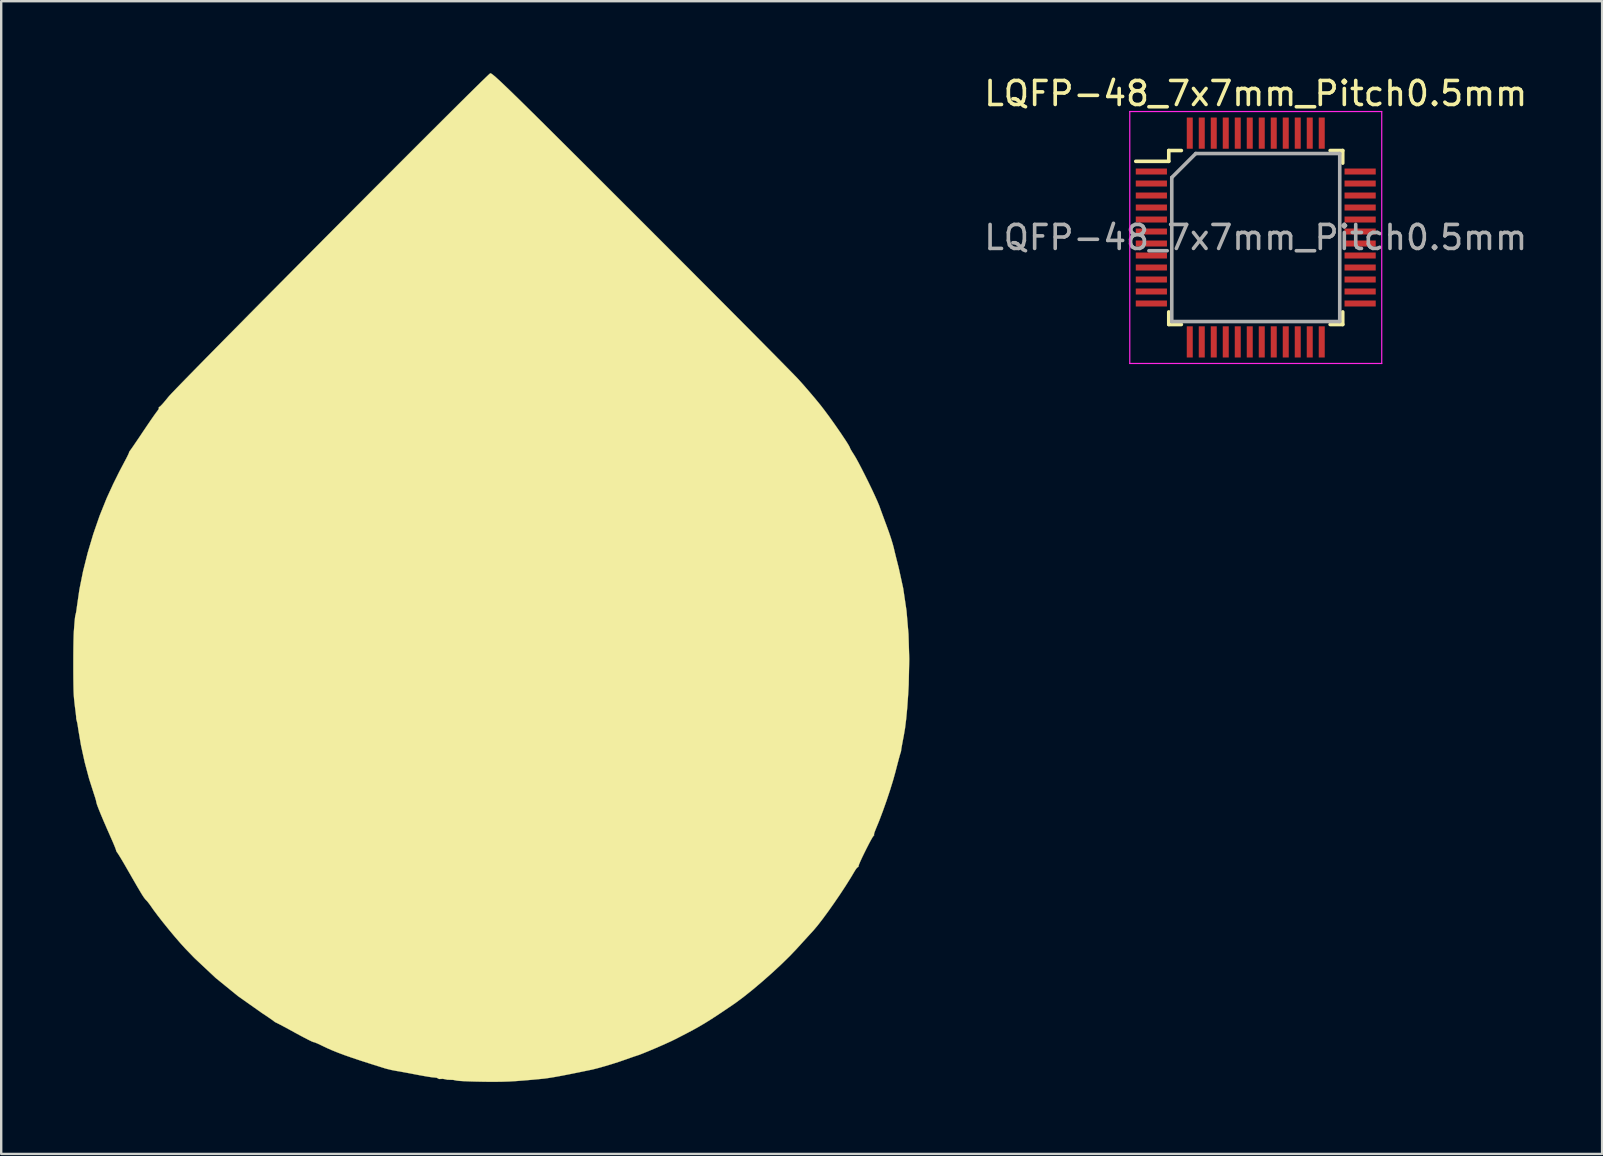
<source format=kicad_pcb>
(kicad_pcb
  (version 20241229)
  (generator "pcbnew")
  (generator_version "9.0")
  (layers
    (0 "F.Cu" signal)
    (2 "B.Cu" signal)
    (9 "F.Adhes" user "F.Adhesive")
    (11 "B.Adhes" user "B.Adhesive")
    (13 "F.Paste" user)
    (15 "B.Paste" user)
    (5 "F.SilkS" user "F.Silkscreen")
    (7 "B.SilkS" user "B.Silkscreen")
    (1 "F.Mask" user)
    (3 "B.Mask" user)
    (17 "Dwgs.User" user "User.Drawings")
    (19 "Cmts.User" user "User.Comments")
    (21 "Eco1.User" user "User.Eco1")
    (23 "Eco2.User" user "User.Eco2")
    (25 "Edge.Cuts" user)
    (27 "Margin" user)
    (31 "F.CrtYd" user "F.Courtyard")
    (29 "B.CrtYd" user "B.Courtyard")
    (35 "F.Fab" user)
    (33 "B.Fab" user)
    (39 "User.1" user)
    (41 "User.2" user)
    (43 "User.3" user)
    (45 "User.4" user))
  (footprint "LQFP-48_7x7mm_Pitch0.5mm"
    (layer "F.Cu")
    (at 49.281 6.848)
    (property "Reference" "LQFP-48_7x7mm_Pitch0.5mm" (at 0 -6 0) (layer "F.SilkS") (effects (font (size 1 1) (thickness 0.15))))
    (attr smd)
    (fp_line (start -3.625 -3.625) (end -3.625 -3.175) (stroke (width 0.15) (type solid)) (layer "F.SilkS"))
    (fp_line (start -3.625 -3.625) (end -3.1 -3.625) (stroke (width 0.15) (type solid)) (layer "F.SilkS"))
    (fp_line (start -3.625 -3.175) (end -5 -3.175) (stroke (width 0.15) (type solid)) (layer "F.SilkS"))
    (fp_line (start -3.625 3.625) (end -3.625 3.1) (stroke (width 0.15) (type solid)) (layer "F.SilkS"))
    (fp_line (start -3.625 3.625) (end -3.1 3.625) (stroke (width 0.15) (type solid)) (layer "F.SilkS"))
    (fp_line (start 3.625 -3.625) (end 3.1 -3.625) (stroke (width 0.15) (type solid)) (layer "F.SilkS"))
    (fp_line (start 3.625 -3.625) (end 3.625 -3.1) (stroke (width 0.15) (type solid)) (layer "F.SilkS"))
    (fp_line (start 3.625 3.625) (end 3.1 3.625) (stroke (width 0.15) (type solid)) (layer "F.SilkS"))
    (fp_line (start 3.625 3.625) (end 3.625 3.1) (stroke (width 0.15) (type solid)) (layer "F.SilkS"))
    (fp_line (start -5.25 -5.25) (end -5.25 5.25) (stroke (width 0.05) (type solid)) (layer "F.CrtYd"))
    (fp_line (start -5.25 -5.25) (end 5.25 -5.25) (stroke (width 0.05) (type solid)) (layer "F.CrtYd"))
    (fp_line (start -5.25 5.25) (end 5.25 5.25) (stroke (width 0.05) (type solid)) (layer "F.CrtYd"))
    (fp_line (start 5.25 -5.25) (end 5.25 5.25) (stroke (width 0.05) (type solid)) (layer "F.CrtYd"))
    (fp_line (start -3.5 -2.5) (end -2.5 -3.5) (stroke (width 0.15) (type solid)) (layer "F.Fab"))
    (fp_line (start -3.5 3.5) (end -3.5 -2.5) (stroke (width 0.15) (type solid)) (layer "F.Fab"))
    (fp_line (start -2.5 -3.5) (end 3.5 -3.5) (stroke (width 0.15) (type solid)) (layer "F.Fab"))
    (fp_line (start 3.5 -3.5) (end 3.5 3.5) (stroke (width 0.15) (type solid)) (layer "F.Fab"))
    (fp_line (start 3.5 3.5) (end -3.5 3.5) (stroke (width 0.15) (type solid)) (layer "F.Fab"))
    (fp_text user "${REFERENCE}" (at 0 0 0) (layer "F.Fab") (effects (font (size 1 1) (thickness 0.15))))
    (pad "1" smd rect (at -4.35 -2.75) (size 1.3 0.25) (layers "F.Cu" "F.Mask" "F.Paste"))
    (pad "2" smd rect (at -4.35 -2.25) (size 1.3 0.25) (layers "F.Cu" "F.Mask" "F.Paste"))
    (pad "3" smd rect (at -4.35 -1.75) (size 1.3 0.25) (layers "F.Cu" "F.Mask" "F.Paste"))
    (pad "4" smd rect (at -4.35 -1.25) (size 1.3 0.25) (layers "F.Cu" "F.Mask" "F.Paste"))
    (pad "5" smd rect (at -4.35 -0.75) (size 1.3 0.25) (layers "F.Cu" "F.Mask" "F.Paste"))
    (pad "6" smd rect (at -4.35 -0.25) (size 1.3 0.25) (layers "F.Cu" "F.Mask" "F.Paste"))
    (pad "7" smd rect (at -4.35 0.25) (size 1.3 0.25) (layers "F.Cu" "F.Mask" "F.Paste"))
    (pad "8" smd rect (at -4.35 0.75) (size 1.3 0.25) (layers "F.Cu" "F.Mask" "F.Paste"))
    (pad "9" smd rect (at -4.35 1.25) (size 1.3 0.25) (layers "F.Cu" "F.Mask" "F.Paste"))
    (pad "10" smd rect (at -4.35 1.75) (size 1.3 0.25) (layers "F.Cu" "F.Mask" "F.Paste"))
    (pad "11" smd rect (at -4.35 2.25) (size 1.3 0.25) (layers "F.Cu" "F.Mask" "F.Paste"))
    (pad "12" smd rect (at -4.35 2.75) (size 1.3 0.25) (layers "F.Cu" "F.Mask" "F.Paste"))
    (pad "13" smd rect (at -2.75 4.35 90) (size 1.3 0.25) (layers "F.Cu" "F.Mask" "F.Paste"))
    (pad "14" smd rect (at -2.25 4.35 90) (size 1.3 0.25) (layers "F.Cu" "F.Mask" "F.Paste"))
    (pad "15" smd rect (at -1.75 4.35 90) (size 1.3 0.25) (layers "F.Cu" "F.Mask" "F.Paste"))
    (pad "16" smd rect (at -1.25 4.35 90) (size 1.3 0.25) (layers "F.Cu" "F.Mask" "F.Paste"))
    (pad "17" smd rect (at -0.75 4.35 90) (size 1.3 0.25) (layers "F.Cu" "F.Mask" "F.Paste"))
    (pad "18" smd rect (at -0.25 4.35 90) (size 1.3 0.25) (layers "F.Cu" "F.Mask" "F.Paste"))
    (pad "19" smd rect (at 0.25 4.35 90) (size 1.3 0.25) (layers "F.Cu" "F.Mask" "F.Paste"))
    (pad "20" smd rect (at 0.75 4.35 90) (size 1.3 0.25) (layers "F.Cu" "F.Mask" "F.Paste"))
    (pad "21" smd rect (at 1.25 4.35 90) (size 1.3 0.25) (layers "F.Cu" "F.Mask" "F.Paste"))
    (pad "22" smd rect (at 1.75 4.35 90) (size 1.3 0.25) (layers "F.Cu" "F.Mask" "F.Paste"))
    (pad "23" smd rect (at 2.25 4.35 90) (size 1.3 0.25) (layers "F.Cu" "F.Mask" "F.Paste"))
    (pad "24" smd rect (at 2.75 4.35 90) (size 1.3 0.25) (layers "F.Cu" "F.Mask" "F.Paste"))
    (pad "25" smd rect (at 4.35 2.75) (size 1.3 0.25) (layers "F.Cu" "F.Mask" "F.Paste"))
    (pad "26" smd rect (at 4.35 2.25) (size 1.3 0.25) (layers "F.Cu" "F.Mask" "F.Paste"))
    (pad "27" smd rect (at 4.35 1.75) (size 1.3 0.25) (layers "F.Cu" "F.Mask" "F.Paste"))
    (pad "28" smd rect (at 4.35 1.25) (size 1.3 0.25) (layers "F.Cu" "F.Mask" "F.Paste"))
    (pad "29" smd rect (at 4.35 0.75) (size 1.3 0.25) (layers "F.Cu" "F.Mask" "F.Paste"))
    (pad "30" smd rect (at 4.35 0.25) (size 1.3 0.25) (layers "F.Cu" "F.Mask" "F.Paste"))
    (pad "31" smd rect (at 4.35 -0.25) (size 1.3 0.25) (layers "F.Cu" "F.Mask" "F.Paste"))
    (pad "32" smd rect (at 4.35 -0.75) (size 1.3 0.25) (layers "F.Cu" "F.Mask" "F.Paste"))
    (pad "33" smd rect (at 4.35 -1.25) (size 1.3 0.25) (layers "F.Cu" "F.Mask" "F.Paste"))
    (pad "34" smd rect (at 4.35 -1.75) (size 1.3 0.25) (layers "F.Cu" "F.Mask" "F.Paste"))
    (pad "35" smd rect (at 4.35 -2.25) (size 1.3 0.25) (layers "F.Cu" "F.Mask" "F.Paste"))
    (pad "36" smd rect (at 4.35 -2.75) (size 1.3 0.25) (layers "F.Cu" "F.Mask" "F.Paste"))
    (pad "37" smd rect (at 2.75 -4.35 90) (size 1.3 0.25) (layers "F.Cu" "F.Mask" "F.Paste"))
    (pad "38" smd rect (at 2.25 -4.35 90) (size 1.3 0.25) (layers "F.Cu" "F.Mask" "F.Paste"))
    (pad "39" smd rect (at 1.75 -4.35 90) (size 1.3 0.25) (layers "F.Cu" "F.Mask" "F.Paste"))
    (pad "40" smd rect (at 1.25 -4.35 90) (size 1.3 0.25) (layers "F.Cu" "F.Mask" "F.Paste"))
    (pad "41" smd rect (at 0.75 -4.35 90) (size 1.3 0.25) (layers "F.Cu" "F.Mask" "F.Paste"))
    (pad "42" smd rect (at 0.25 -4.35 90) (size 1.3 0.25) (layers "F.Cu" "F.Mask" "F.Paste"))
    (pad "43" smd rect (at -0.25 -4.35 90) (size 1.3 0.25) (layers "F.Cu" "F.Mask" "F.Paste"))
    (pad "44" smd rect (at -0.75 -4.35 90) (size 1.3 0.25) (layers "F.Cu" "F.Mask" "F.Paste"))
    (pad "45" smd rect (at -1.25 -4.35 90) (size 1.3 0.25) (layers "F.Cu" "F.Mask" "F.Paste"))
    (pad "46" smd rect (at -1.75 -4.35 90) (size 1.3 0.25) (layers "F.Cu" "F.Mask" "F.Paste"))
    (pad "47" smd rect (at -2.25 -4.35 90) (size 1.3 0.25) (layers "F.Cu" "F.Mask" "F.Paste"))
    (pad "48" smd rect (at -2.75 -4.35 90) (size 1.3 0.25) (layers "F.Cu" "F.Mask" "F.Paste")))
  (footprint "LOGO_Duet_large"
    (layer "F.Cu")
    (at 17.268 21.718)
    (property "Reference" "LOGO_Duet_large" (at 0 0 0) (layer "F.SilkS") (effects (font (size 1.524 1.524) (thickness 0.3))))
    (attr through_hole)
    (fp_poly (pts (xy 0.154 -21.7) (xy 0.197 -21.672) (xy 0.257 -21.624) (xy 0.337 -21.556) (xy 0.439 -21.464) (xy 0.567 -21.346) (xy 0.722 -21.198) (xy 0.909 -21.019) (xy 1.129 -20.805) (xy 1.385 -20.555) (xy 1.68 -20.264) (xy 2.017 -19.932) (xy 2.398 -19.554) (xy 2.825 -19.129) (xy 3.303 -18.654) (xy 3.833 -18.126) (xy 4.418 -17.542) (xy 5.06 -16.9) (xy 5.763 -16.198) (xy 6.335 -15.626) (xy 6.972 -14.989) (xy 7.596 -14.365) (xy 8.204 -13.756) (xy 8.791 -13.167) (xy 9.355 -12.601) (xy 9.892 -12.062) (xy 10.399 -11.552) (xy 10.871 -11.077) (xy 11.305 -10.639) (xy 11.698 -10.242) (xy 12.046 -9.89) (xy 12.346 -9.585) (xy 12.594 -9.333) (xy 12.786 -9.136) (xy 12.92 -8.997) (xy 12.98 -8.933) (xy 13.198 -8.688) (xy 13.436 -8.413) (xy 13.669 -8.137) (xy 13.87 -7.891) (xy 13.904 -7.848) (xy 14.044 -7.666) (xy 14.203 -7.452) (xy 14.372 -7.218) (xy 14.541 -6.977) (xy 14.703 -6.743) (xy 14.848 -6.527) (xy 14.969 -6.343) (xy 15.055 -6.203) (xy 15.098 -6.12) (xy 15.101 -6.107) (xy 15.125 -6.053) (xy 15.188 -5.946) (xy 15.27 -5.818) (xy 15.351 -5.683) (xy 15.462 -5.481) (xy 15.593 -5.23) (xy 15.736 -4.948) (xy 15.883 -4.652) (xy 16.024 -4.36) (xy 16.15 -4.089) (xy 16.254 -3.858) (xy 16.326 -3.684) (xy 16.339 -3.648) (xy 16.39 -3.506) (xy 16.464 -3.303) (xy 16.551 -3.067) (xy 16.641 -2.825) (xy 16.644 -2.817) (xy 16.733 -2.57) (xy 16.816 -2.322) (xy 16.883 -2.102) (xy 16.927 -1.94) (xy 16.927 -1.94) (xy 16.967 -1.768) (xy 17.023 -1.541) (xy 17.086 -1.291) (xy 17.133 -1.108) (xy 17.321 -0.25) (xy 17.458 0.676) (xy 17.542 1.661) (xy 17.573 2.697) (xy 17.55 3.775) (xy 17.529 4.156) (xy 17.49 4.715) (xy 17.446 5.188) (xy 17.397 5.584) (xy 17.342 5.905) (xy 17.3 6.123) (xy 17.266 6.308) (xy 17.243 6.441) (xy 17.235 6.503) (xy 17.235 6.505) (xy 17.224 6.569) (xy 17.211 6.604) (xy 17.19 6.671) (xy 17.151 6.81) (xy 17.099 7.005) (xy 17.038 7.239) (xy 16.999 7.393) (xy 16.9 7.748) (xy 16.773 8.16) (xy 16.627 8.599) (xy 16.471 9.038) (xy 16.316 9.448) (xy 16.17 9.802) (xy 16.17 9.802) (xy 16.122 9.925) (xy 16.102 10.005) (xy 16.108 10.022) (xy 16.11 10.042) (xy 16.092 10.057) (xy 16.052 10.11) (xy 15.984 10.226) (xy 15.897 10.388) (xy 15.8 10.577) (xy 15.701 10.776) (xy 15.608 10.968) (xy 15.531 11.136) (xy 15.478 11.262) (xy 15.458 11.328) (xy 15.459 11.334) (xy 15.454 11.36) (xy 15.442 11.361) (xy 15.393 11.397) (xy 15.327 11.487) (xy 15.313 11.511) (xy 15.131 11.816) (xy 14.918 12.155) (xy 14.684 12.511) (xy 14.44 12.868) (xy 14.198 13.211) (xy 13.967 13.525) (xy 13.76 13.793) (xy 13.586 14) (xy 13.56 14.029) (xy 13.455 14.143) (xy 13.306 14.306) (xy 13.13 14.499) (xy 12.944 14.704) (xy 12.879 14.775) (xy 12.585 15.083) (xy 12.238 15.422) (xy 11.857 15.775) (xy 11.458 16.128) (xy 11.061 16.464) (xy 10.682 16.767) (xy 10.339 17.023) (xy 10.223 17.103) (xy 9.859 17.35) (xy 9.553 17.554) (xy 9.289 17.725) (xy 9.05 17.874) (xy 8.819 18.01) (xy 8.579 18.144) (xy 8.314 18.285) (xy 8.005 18.445) (xy 7.805 18.547) (xy 7.649 18.623) (xy 7.44 18.718) (xy 7.2 18.825) (xy 6.947 18.934) (xy 6.703 19.037) (xy 6.489 19.124) (xy 6.326 19.188) (xy 6.258 19.211) (xy 6.114 19.258) (xy 5.929 19.322) (xy 5.773 19.378) (xy 5.504 19.471) (xy 5.206 19.567) (xy 4.904 19.658) (xy 4.626 19.737) (xy 4.399 19.795) (xy 4.341 19.808) (xy 3.844 19.911) (xy 3.428 19.995) (xy 3.084 20.062) (xy 2.804 20.113) (xy 2.579 20.15) (xy 2.399 20.176) (xy 2.309 20.186) (xy 1.867 20.228) (xy 1.498 20.26) (xy 1.181 20.284) (xy 0.898 20.301) (xy 0.628 20.31) (xy 0.352 20.314) (xy 0.05 20.314) (xy -0.176 20.311) (xy -0.481 20.305) (xy -0.759 20.297) (xy -0.996 20.287) (xy -1.176 20.276) (xy -1.285 20.265) (xy -1.307 20.26) (xy -1.429 20.235) (xy -1.547 20.231) (xy -1.676 20.227) (xy -1.767 20.206) (xy -1.881 20.188) (xy -1.94 20.195) (xy -2.026 20.197) (xy -2.058 20.177) (xy -2.118 20.146) (xy -2.213 20.135) (xy -2.306 20.127) (xy -2.468 20.103) (xy -2.678 20.067) (xy -2.914 20.024) (xy -2.961 20.015) (xy -3.214 19.966) (xy -3.457 19.921) (xy -3.664 19.883) (xy -3.81 19.859) (xy -3.82 19.857) (xy -4.016 19.819) (xy -4.227 19.767) (xy -4.305 19.744) (xy -4.823 19.581) (xy -5.263 19.44) (xy -5.637 19.315) (xy -5.956 19.204) (xy -6.23 19.101) (xy -6.472 19.004) (xy -6.692 18.907) (xy -6.901 18.807) (xy -6.938 18.789) (xy -7.084 18.72) (xy -7.203 18.672) (xy -7.261 18.657) (xy -7.319 18.635) (xy -7.443 18.575) (xy -7.619 18.485) (xy -7.833 18.371) (xy -8.036 18.261) (xy -8.27 18.132) (xy -8.476 18.021) (xy -8.642 17.933) (xy -8.753 17.876) (xy -8.794 17.857) (xy -8.861 17.823) (xy -8.909 17.786) (xy -8.977 17.735) (xy -9.103 17.648) (xy -9.266 17.537) (xy -9.398 17.45) (xy -10.399 16.744) (xy -11.334 15.983) (xy -12.218 15.154) (xy -12.595 14.763) (xy -12.804 14.533) (xy -13.039 14.261) (xy -13.284 13.967) (xy -13.523 13.671) (xy -13.74 13.393) (xy -13.919 13.153) (xy -13.994 13.046) (xy -14.086 12.915) (xy -14.165 12.812) (xy -14.203 12.769) (xy -14.241 12.732) (xy -14.283 12.682) (xy -14.336 12.609) (xy -14.404 12.504) (xy -14.492 12.358) (xy -14.607 12.163) (xy -14.754 11.909) (xy -14.939 11.587) (xy -15.031 11.427) (xy -15.158 11.207) (xy -15.271 11.016) (xy -15.362 10.867) (xy -15.421 10.777) (xy -15.439 10.755) (xy -15.475 10.695) (xy -15.475 10.686) (xy -15.491 10.63) (xy -15.538 10.508) (xy -15.609 10.338) (xy -15.697 10.138) (xy -15.697 10.137) (xy -15.863 9.761) (xy -16.008 9.427) (xy -16.127 9.143) (xy -16.218 8.917) (xy -16.277 8.758) (xy -16.302 8.672) (xy -16.302 8.667) (xy -16.317 8.592) (xy -16.355 8.462) (xy -16.398 8.332) (xy -16.603 7.691) (xy -16.787 7.001) (xy -16.941 6.301) (xy -17.055 5.631) (xy -17.071 5.519) (xy -17.093 5.382) (xy -17.117 5.279) (xy -17.121 5.265) (xy -17.142 5.185) (xy -17.142 5.164) (xy -17.144 5.105) (xy -17.157 4.981) (xy -17.178 4.816) (xy -17.181 4.794) (xy -17.208 4.575) (xy -17.232 4.344) (xy -17.245 4.179) (xy -17.252 4.023) (xy -17.257 3.792) (xy -17.261 3.507) (xy -17.263 3.186) (xy -17.263 2.847) (xy -17.262 2.51) (xy -17.259 2.194) (xy -17.254 1.916) (xy -17.248 1.696) (xy -17.242 1.57) (xy -17.222 1.298) (xy -17.206 1.103) (xy -17.192 0.97) (xy -17.179 0.884) (xy -17.165 0.831) (xy -17.146 0.748) (xy -17.125 0.61) (xy -17.112 0.508) (xy -17.009 -0.201) (xy -16.857 -0.959) (xy -16.661 -1.74) (xy -16.428 -2.521) (xy -16.166 -3.277) (xy -15.882 -3.984) (xy -15.857 -4.041) (xy -15.602 -4.597) (xy -15.345 -5.116) (xy -15.151 -5.484) (xy -15.058 -5.659) (xy -14.988 -5.799) (xy -14.947 -5.888) (xy -14.941 -5.911) (xy -14.933 -5.941) (xy -14.896 -5.992) (xy -14.85 -6.055) (xy -14.763 -6.181) (xy -14.643 -6.357) (xy -14.499 -6.569) (xy -14.342 -6.805) (xy -14.337 -6.812) (xy -14.177 -7.049) (xy -14.03 -7.265) (xy -13.904 -7.446) (xy -13.81 -7.577) (xy -13.757 -7.646) (xy -13.756 -7.647) (xy -13.703 -7.725) (xy -13.7 -7.774) (xy -13.698 -7.803) (xy -13.683 -7.805) (xy -13.637 -7.839) (xy -13.548 -7.932) (xy -13.429 -8.07) (xy -13.297 -8.232) (xy -13.238 -8.299) (xy -13.117 -8.427) (xy -12.94 -8.611) (xy -12.71 -8.848) (xy -12.431 -9.134) (xy -12.107 -9.465) (xy -11.741 -9.838) (xy -11.337 -10.248) (xy -10.899 -10.692) (xy -10.43 -11.166) (xy -9.936 -11.667) (xy -9.418 -12.19) (xy -8.881 -12.731) (xy -8.329 -13.288) (xy -7.766 -13.855) (xy -7.195 -14.43) (xy -6.62 -15.009) (xy -6.044 -15.587) (xy -5.473 -16.161) (xy -4.909 -16.727) (xy -4.355 -17.282) (xy -3.817 -17.821) (xy -3.298 -18.341) (xy -2.801 -18.838) (xy -2.33 -19.308) (xy -1.889 -19.748) (xy -1.482 -20.153) (xy -1.113 -20.52) (xy -0.785 -20.845) (xy -0.502 -21.124) (xy -0.268 -21.354) (xy -0.086 -21.53) (xy 0.039 -21.649) (xy 0.104 -21.707) (xy 0.11 -21.712) (xy 0.126 -21.713) (xy 0.154 -21.7)) (stroke (width 0.01) (type solid)) (fill yes) (layer "F.SilkS")))
  (gr_rect
    (start -3 -3)
    (end 63.715 45.037)
    (stroke (width 0.1) (type default))
    (fill no)
    (layer "Edge.Cuts")))
</source>
